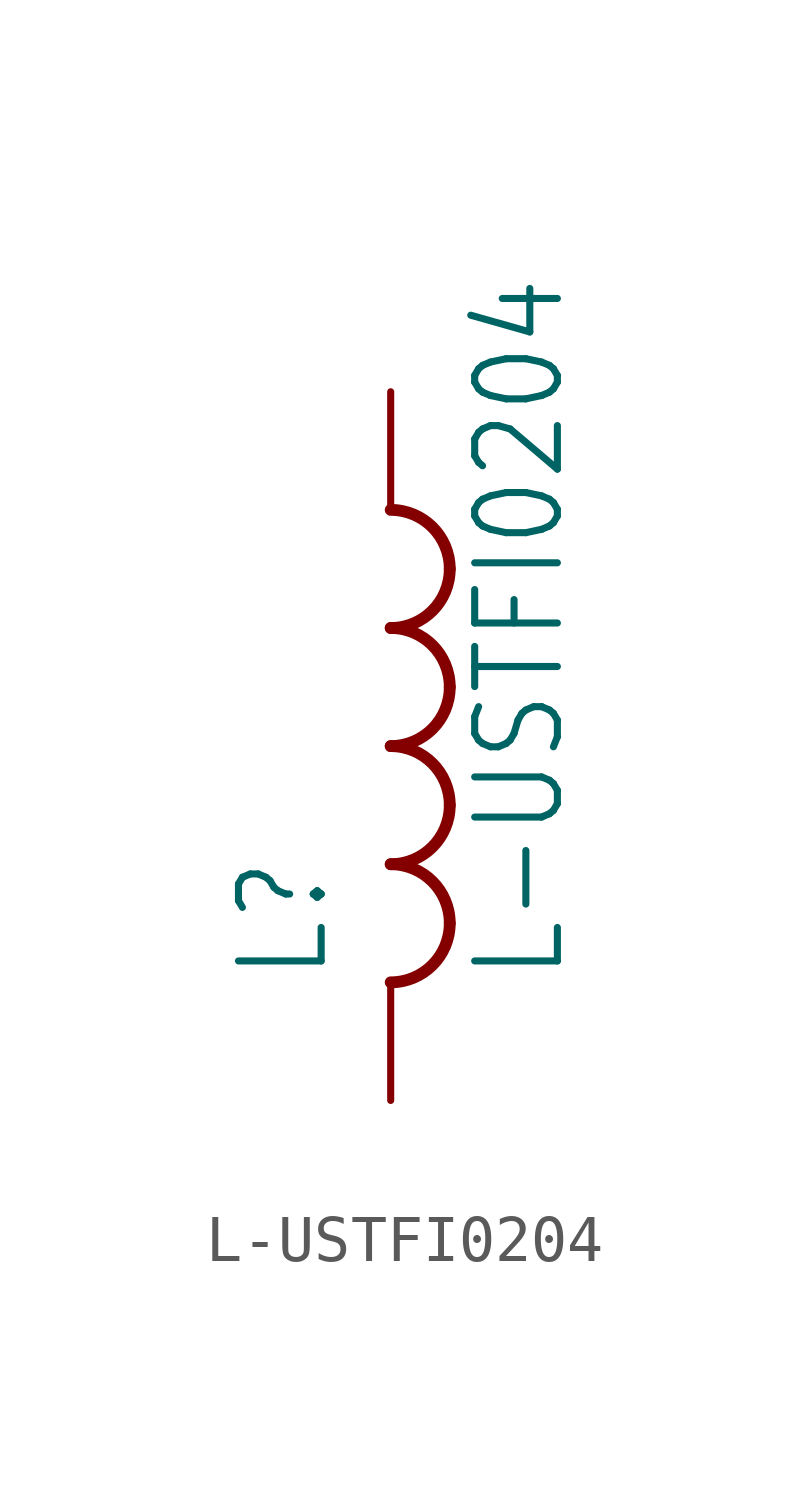
<source format=kicad_sym>
(kicad_symbol_lib
  (version 20211014)
  (generator kicad_symbol_editor)
  (symbol "L-USTFI0204"
    (property "Reference" "L"
      (at -1.27 -5.08 90)
      (effects (font (size 1.778 1.511)) (justify left bottom)))
    (property "Value" "L-USTFI0204"
      (at 3.81 -5.08 90)
      (effects (font (size 1.778 1.511)) (justify left bottom)))
    (property "ki_locked" ""
      (at 0 0 0)
      (effects (font (size 1.27 1.27))))
    (symbol "L-USTFI0204_1_0"
      (arc (start 0 -5.08) (mid 0.898 -4.708) (end 1.27 -3.81) (stroke (width 0.254) (type default) (color 0 0 0 0)) (fill (type none)))
      (arc (start 0 -2.54) (mid 0.898 -2.168) (end 1.27 -1.27) (stroke (width 0.254) (type default) (color 0 0 0 0)) (fill (type none)))
      (arc (start 0 0) (mid 0.898 0.372) (end 1.27 1.27) (stroke (width 0.254) (type default) (color 0 0 0 0)) (fill (type none)))
      (arc (start 0 2.54) (mid 0.898 2.912) (end 1.27 3.81) (stroke (width 0.254) (type default) (color 0 0 0 0)) (fill (type none)))
      (arc (start 1.27 -3.81) (mid 0.898 -2.912) (end 0 -2.54) (stroke (width 0.254) (type default) (color 0 0 0 0)) (fill (type none)))
      (arc (start 1.27 -1.27) (mid 0.898 -0.372) (end 0 0) (stroke (width 0.254) (type default) (color 0 0 0 0)) (fill (type none)))
      (arc (start 1.27 1.27) (mid 0.898 2.168) (end 0 2.54) (stroke (width 0.254) (type default) (color 0 0 0 0)) (fill (type none)))
      (arc (start 1.27 3.81) (mid 0.898 4.708) (end 0 5.08) (stroke (width 0.254) (type default) (color 0 0 0 0)) (fill (type none)))
      (pin passive line (at 0 7.62 270) (length 2.54) (name "1" (effects (font (size 0 0)))) (number "1" (effects (font (size 0 0)))))
      (pin passive line (at 0 -7.62 90) (length 2.54) (name "2" (effects (font (size 0 0)))) (number "2" (effects (font (size 0 0))))))))
</source>
